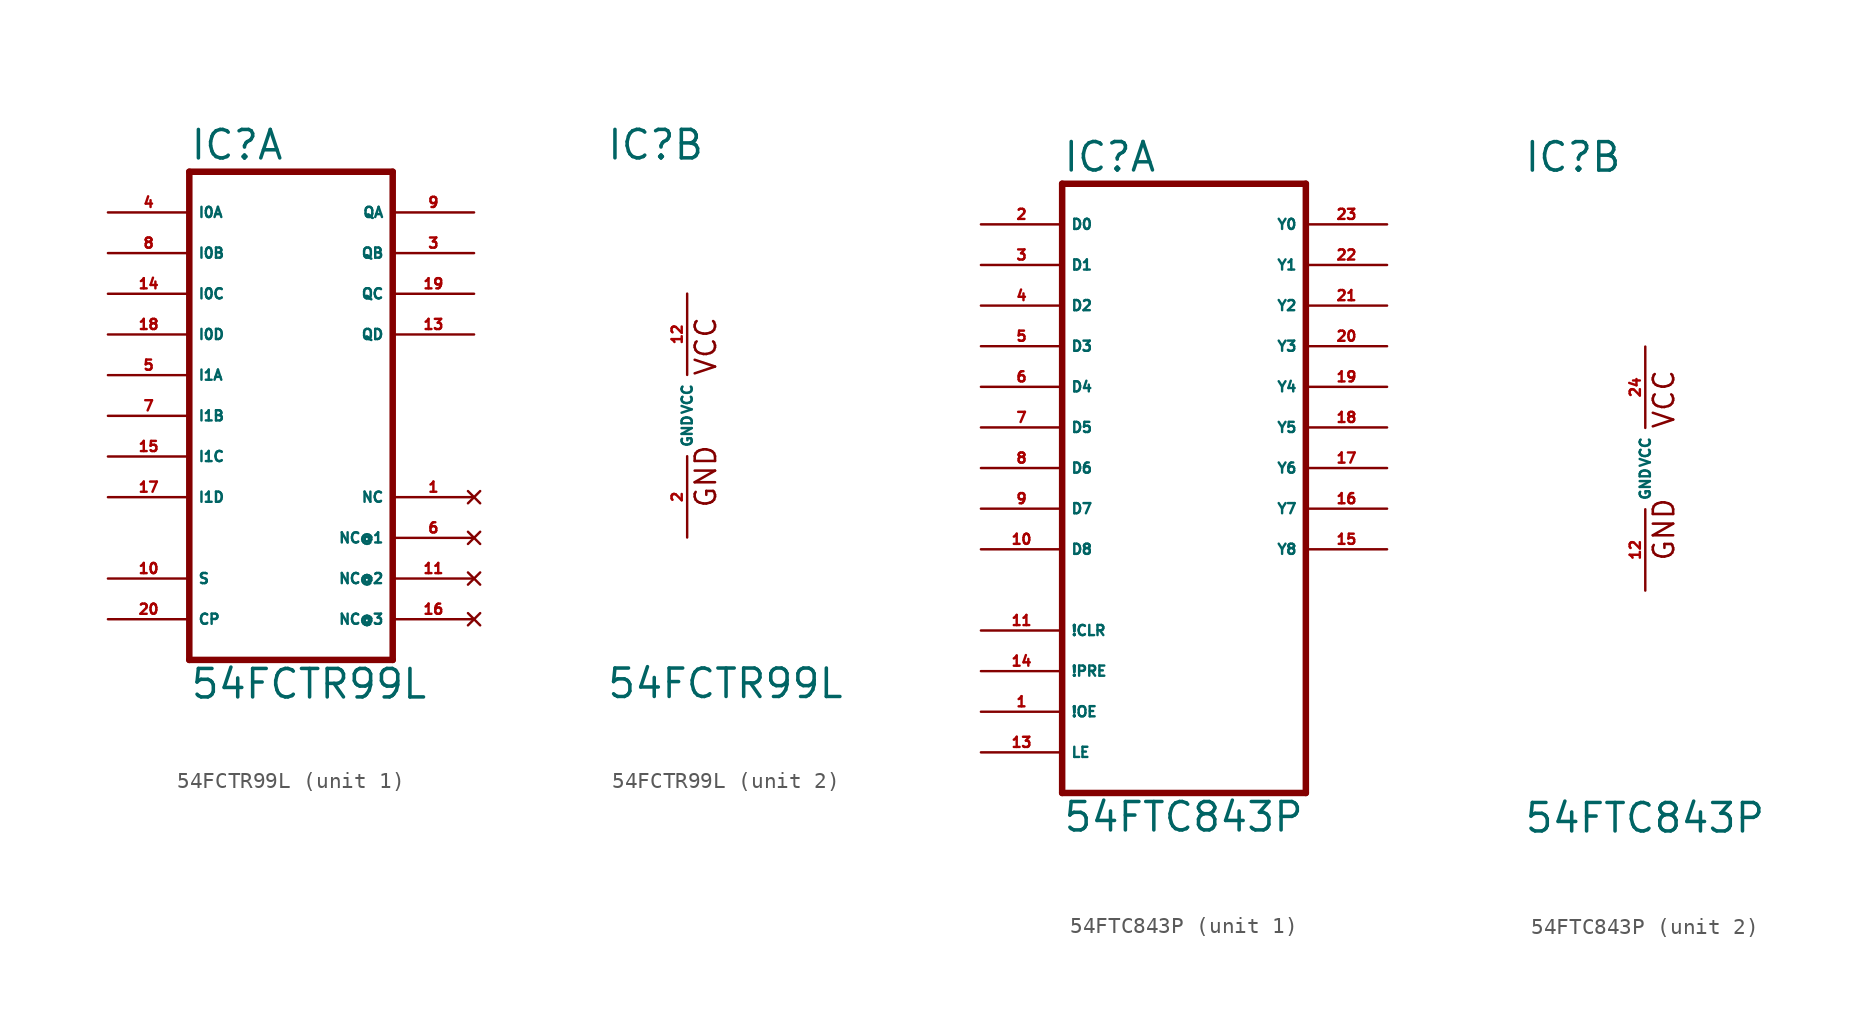
<source format=kicad_sym>
(kicad_symbol_lib
  (version 20220914)
  (generator Eagle2Kicad)
  (symbol "54FCTR99L"
    (property "Reference" "IC"
      (at -5.08 15.875 0)
      (effects (font (size 1.778 1.778) (thickness 0.22)) (justify left bottom)))
    (property "Value" "54FCTR99L"
      (at -5.08 -17.78 0)
      (effects (font (size 1.778 1.778) (thickness 0.22)) (justify left bottom)))
    (symbol "54FCTR99L_1_0"
      (polyline (pts (xy -5.08 -15.24) (xy 7.62 -15.24)) (stroke (width 0.406) (type default)) (fill (type none)))
      (polyline (pts (xy 7.62 -15.24) (xy 7.62 15.24)) (stroke (width 0.406) (type default)) (fill (type none)))
      (polyline (pts (xy 7.62 15.24) (xy -5.08 15.24)) (stroke (width 0.406) (type default)) (fill (type none)))
      (polyline (pts (xy -5.08 15.24) (xy -5.08 -15.24)) (stroke (width 0.406) (type default)) (fill (type none)))
      (pin input line (at -10.16 12.7 0) (length 5.08) (name "I0A" (effects (font (size 0.635 0.635) (thickness 0.08)) (justify left bottom))) (number "4" (effects (font (size 0.635 0.635) (thickness 0.08)) (justify left bottom))))
      (pin input line (at -10.16 10.16 0) (length 5.08) (name "I0B" (effects (font (size 0.635 0.635) (thickness 0.08)) (justify left bottom))) (number "8" (effects (font (size 0.635 0.635) (thickness 0.08)) (justify left bottom))))
      (pin input line (at -10.16 7.62 0) (length 5.08) (name "I0C" (effects (font (size 0.635 0.635) (thickness 0.08)) (justify left bottom))) (number "14" (effects (font (size 0.635 0.635) (thickness 0.08)) (justify left bottom))))
      (pin input line (at -10.16 5.08 0) (length 5.08) (name "I0D" (effects (font (size 0.635 0.635) (thickness 0.08)) (justify left bottom))) (number "18" (effects (font (size 0.635 0.635) (thickness 0.08)) (justify left bottom))))
      (pin input line (at -10.16 2.54 0) (length 5.08) (name "I1A" (effects (font (size 0.635 0.635) (thickness 0.08)) (justify left bottom))) (number "5" (effects (font (size 0.635 0.635) (thickness 0.08)) (justify left bottom))))
      (pin input line (at -10.16 0 0) (length 5.08) (name "I1B" (effects (font (size 0.635 0.635) (thickness 0.08)) (justify left bottom))) (number "7" (effects (font (size 0.635 0.635) (thickness 0.08)) (justify left bottom))))
      (pin input line (at -10.16 -2.54 0) (length 5.08) (name "I1C" (effects (font (size 0.635 0.635) (thickness 0.08)) (justify left bottom))) (number "15" (effects (font (size 0.635 0.635) (thickness 0.08)) (justify left bottom))))
      (pin input line (at -10.16 -5.08 0) (length 5.08) (name "I1D" (effects (font (size 0.635 0.635) (thickness 0.08)) (justify left bottom))) (number "17" (effects (font (size 0.635 0.635) (thickness 0.08)) (justify left bottom))))
      (pin input line (at -10.16 -10.16 0) (length 5.08) (name "S" (effects (font (size 0.635 0.635) (thickness 0.08)) (justify left bottom))) (number "10" (effects (font (size 0.635 0.635) (thickness 0.08)) (justify left bottom))))
      (pin input line (at -10.16 -12.7 0) (length 5.08) (name "CP" (effects (font (size 0.635 0.635) (thickness 0.08)) (justify left bottom))) (number "20" (effects (font (size 0.635 0.635) (thickness 0.08)) (justify left bottom))))
      (pin output line (at 12.7 12.7 180) (length 5.08) (name "QA" (effects (font (size 0.635 0.635) (thickness 0.08)) (justify left bottom))) (number "9" (effects (font (size 0.635 0.635) (thickness 0.08)) (justify left bottom))))
      (pin output line (at 12.7 10.16 180) (length 5.08) (name "QB" (effects (font (size 0.635 0.635) (thickness 0.08)) (justify left bottom))) (number "3" (effects (font (size 0.635 0.635) (thickness 0.08)) (justify left bottom))))
      (pin output line (at 12.7 7.62 180) (length 5.08) (name "QC" (effects (font (size 0.635 0.635) (thickness 0.08)) (justify left bottom))) (number "19" (effects (font (size 0.635 0.635) (thickness 0.08)) (justify left bottom))))
      (pin output line (at 12.7 5.08 180) (length 5.08) (name "QD" (effects (font (size 0.635 0.635) (thickness 0.08)) (justify left bottom))) (number "13" (effects (font (size 0.635 0.635) (thickness 0.08)) (justify left bottom))))
      (pin no_connect line (at 12.7 -12.7 180) (length 5.08) (name "NC@3" (effects (font (size 0.635 0.635) (thickness 0.08)) (justify left bottom) hide)) (number "16" (effects (font (size 0.635 0.635) (thickness 0.08)) (justify left bottom) hide)))
      (pin no_connect line (at 12.7 -10.16 180) (length 5.08) (name "NC@2" (effects (font (size 0.635 0.635) (thickness 0.08)) (justify left bottom) hide)) (number "11" (effects (font (size 0.635 0.635) (thickness 0.08)) (justify left bottom) hide)))
      (pin no_connect line (at 12.7 -7.62 180) (length 5.08) (name "NC@1" (effects (font (size 0.635 0.635) (thickness 0.08)) (justify left bottom) hide)) (number "6" (effects (font (size 0.635 0.635) (thickness 0.08)) (justify left bottom) hide)))
      (pin no_connect line (at 12.7 -5.08 180) (length 5.08) (name "NC" (effects (font (size 0.635 0.635) (thickness 0.08)) (justify left bottom) hide)) (number "1" (effects (font (size 0.635 0.635) (thickness 0.08)) (justify left bottom) hide))))
    (symbol "54FCTR99L_2_0"
      (text "GND" (at 1.905 -5.842 900) (effects (font (size 1.27 1.27) (thickness 0.16)) (justify left bottom)))
      (text "VCC" (at 1.905 2.413 900) (effects (font (size 1.27 1.27) (thickness 0.16)) (justify left bottom)))
      (pin unspecified line (at 0 7.62 270) (length 5.08) (name "VCC" (effects (font (size 0.635 0.635) (thickness 0.08)) (justify left bottom))) (number "12" (effects (font (size 0.635 0.635) (thickness 0.08)) (justify left bottom))))
      (pin unspecified line (at 0 -7.62 90) (length 5.08) (name "GND" (effects (font (size 0.635 0.635) (thickness 0.08)) (justify left bottom))) (number "2" (effects (font (size 0.635 0.635) (thickness 0.08)) (justify left bottom))))))
  (symbol "54FTC843P"
    (property "Reference" "IC"
      (at -7.62 18.415 0)
      (effects (font (size 1.778 1.778) (thickness 0.22)) (justify left bottom)))
    (property "Value" "54FTC843P"
      (at -7.62 -22.86 0)
      (effects (font (size 1.778 1.778) (thickness 0.22)) (justify left bottom)))
    (symbol "54FTC843P_1_0"
      (polyline (pts (xy -7.62 -20.32) (xy 7.62 -20.32)) (stroke (width 0.406) (type default)) (fill (type none)))
      (polyline (pts (xy 7.62 -20.32) (xy 7.62 17.78)) (stroke (width 0.406) (type default)) (fill (type none)))
      (polyline (pts (xy 7.62 17.78) (xy -7.62 17.78)) (stroke (width 0.406) (type default)) (fill (type none)))
      (polyline (pts (xy -7.62 17.78) (xy -7.62 -20.32)) (stroke (width 0.406) (type default)) (fill (type none)))
      (pin input line (at -12.7 15.24 0) (length 5.08) (name "D0" (effects (font (size 0.635 0.635) (thickness 0.08)) (justify left bottom))) (number "2" (effects (font (size 0.635 0.635) (thickness 0.08)) (justify left bottom))))
      (pin input line (at -12.7 12.7 0) (length 5.08) (name "D1" (effects (font (size 0.635 0.635) (thickness 0.08)) (justify left bottom))) (number "3" (effects (font (size 0.635 0.635) (thickness 0.08)) (justify left bottom))))
      (pin input line (at -12.7 10.16 0) (length 5.08) (name "D2" (effects (font (size 0.635 0.635) (thickness 0.08)) (justify left bottom))) (number "4" (effects (font (size 0.635 0.635) (thickness 0.08)) (justify left bottom))))
      (pin input line (at -12.7 7.62 0) (length 5.08) (name "D3" (effects (font (size 0.635 0.635) (thickness 0.08)) (justify left bottom))) (number "5" (effects (font (size 0.635 0.635) (thickness 0.08)) (justify left bottom))))
      (pin input line (at -12.7 5.08 0) (length 5.08) (name "D4" (effects (font (size 0.635 0.635) (thickness 0.08)) (justify left bottom))) (number "6" (effects (font (size 0.635 0.635) (thickness 0.08)) (justify left bottom))))
      (pin input line (at -12.7 2.54 0) (length 5.08) (name "D5" (effects (font (size 0.635 0.635) (thickness 0.08)) (justify left bottom))) (number "7" (effects (font (size 0.635 0.635) (thickness 0.08)) (justify left bottom))))
      (pin input line (at -12.7 0 0) (length 5.08) (name "D6" (effects (font (size 0.635 0.635) (thickness 0.08)) (justify left bottom))) (number "8" (effects (font (size 0.635 0.635) (thickness 0.08)) (justify left bottom))))
      (pin input line (at -12.7 -2.54 0) (length 5.08) (name "D7" (effects (font (size 0.635 0.635) (thickness 0.08)) (justify left bottom))) (number "9" (effects (font (size 0.635 0.635) (thickness 0.08)) (justify left bottom))))
      (pin input line (at -12.7 -5.08 0) (length 5.08) (name "D8" (effects (font (size 0.635 0.635) (thickness 0.08)) (justify left bottom))) (number "10" (effects (font (size 0.635 0.635) (thickness 0.08)) (justify left bottom))))
      (pin input line (at -12.7 -10.16 0) (length 5.08) (name "!CLR" (effects (font (size 0.635 0.635) (thickness 0.08)) (justify left bottom))) (number "11" (effects (font (size 0.635 0.635) (thickness 0.08)) (justify left bottom))))
      (pin input line (at -12.7 -15.24 0) (length 5.08) (name "!OE" (effects (font (size 0.635 0.635) (thickness 0.08)) (justify left bottom))) (number "1" (effects (font (size 0.635 0.635) (thickness 0.08)) (justify left bottom))))
      (pin input line (at -12.7 -17.78 0) (length 5.08) (name "LE" (effects (font (size 0.635 0.635) (thickness 0.08)) (justify left bottom))) (number "13" (effects (font (size 0.635 0.635) (thickness 0.08)) (justify left bottom))))
      (pin output line (at 12.7 15.24 180) (length 5.08) (name "Y0" (effects (font (size 0.635 0.635) (thickness 0.08)) (justify left bottom))) (number "23" (effects (font (size 0.635 0.635) (thickness 0.08)) (justify left bottom))))
      (pin output line (at 12.7 12.7 180) (length 5.08) (name "Y1" (effects (font (size 0.635 0.635) (thickness 0.08)) (justify left bottom))) (number "22" (effects (font (size 0.635 0.635) (thickness 0.08)) (justify left bottom))))
      (pin output line (at 12.7 10.16 180) (length 5.08) (name "Y2" (effects (font (size 0.635 0.635) (thickness 0.08)) (justify left bottom))) (number "21" (effects (font (size 0.635 0.635) (thickness 0.08)) (justify left bottom))))
      (pin output line (at 12.7 7.62 180) (length 5.08) (name "Y3" (effects (font (size 0.635 0.635) (thickness 0.08)) (justify left bottom))) (number "20" (effects (font (size 0.635 0.635) (thickness 0.08)) (justify left bottom))))
      (pin output line (at 12.7 5.08 180) (length 5.08) (name "Y4" (effects (font (size 0.635 0.635) (thickness 0.08)) (justify left bottom))) (number "19" (effects (font (size 0.635 0.635) (thickness 0.08)) (justify left bottom))))
      (pin output line (at 12.7 2.54 180) (length 5.08) (name "Y5" (effects (font (size 0.635 0.635) (thickness 0.08)) (justify left bottom))) (number "18" (effects (font (size 0.635 0.635) (thickness 0.08)) (justify left bottom))))
      (pin output line (at 12.7 0 180) (length 5.08) (name "Y6" (effects (font (size 0.635 0.635) (thickness 0.08)) (justify left bottom))) (number "17" (effects (font (size 0.635 0.635) (thickness 0.08)) (justify left bottom))))
      (pin output line (at 12.7 -2.54 180) (length 5.08) (name "Y7" (effects (font (size 0.635 0.635) (thickness 0.08)) (justify left bottom))) (number "16" (effects (font (size 0.635 0.635) (thickness 0.08)) (justify left bottom))))
      (pin output line (at 12.7 -5.08 180) (length 5.08) (name "Y8" (effects (font (size 0.635 0.635) (thickness 0.08)) (justify left bottom))) (number "15" (effects (font (size 0.635 0.635) (thickness 0.08)) (justify left bottom))))
      (pin input line (at -12.7 -12.7 0) (length 5.08) (name "!PRE" (effects (font (size 0.635 0.635) (thickness 0.08)) (justify left bottom))) (number "14" (effects (font (size 0.635 0.635) (thickness 0.08)) (justify left bottom)))))
    (symbol "54FTC843P_2_0"
      (text "GND" (at 1.905 -5.842 900) (effects (font (size 1.27 1.27) (thickness 0.16)) (justify left bottom)))
      (text "VCC" (at 1.905 2.413 900) (effects (font (size 1.27 1.27) (thickness 0.16)) (justify left bottom)))
      (pin unspecified line (at 0 7.62 270) (length 5.08) (name "VCC" (effects (font (size 0.635 0.635) (thickness 0.08)) (justify left bottom))) (number "24" (effects (font (size 0.635 0.635) (thickness 0.08)) (justify left bottom))))
      (pin unspecified line (at 0 -7.62 90) (length 5.08) (name "GND" (effects (font (size 0.635 0.635) (thickness 0.08)) (justify left bottom))) (number "12" (effects (font (size 0.635 0.635) (thickness 0.08)) (justify left bottom)))))))
</source>
